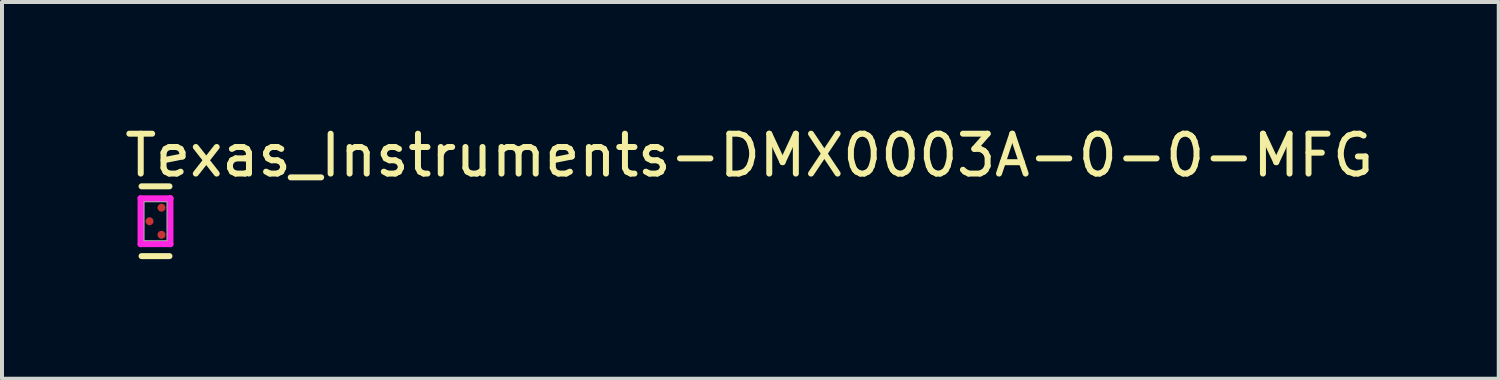
<source format=kicad_pcb>
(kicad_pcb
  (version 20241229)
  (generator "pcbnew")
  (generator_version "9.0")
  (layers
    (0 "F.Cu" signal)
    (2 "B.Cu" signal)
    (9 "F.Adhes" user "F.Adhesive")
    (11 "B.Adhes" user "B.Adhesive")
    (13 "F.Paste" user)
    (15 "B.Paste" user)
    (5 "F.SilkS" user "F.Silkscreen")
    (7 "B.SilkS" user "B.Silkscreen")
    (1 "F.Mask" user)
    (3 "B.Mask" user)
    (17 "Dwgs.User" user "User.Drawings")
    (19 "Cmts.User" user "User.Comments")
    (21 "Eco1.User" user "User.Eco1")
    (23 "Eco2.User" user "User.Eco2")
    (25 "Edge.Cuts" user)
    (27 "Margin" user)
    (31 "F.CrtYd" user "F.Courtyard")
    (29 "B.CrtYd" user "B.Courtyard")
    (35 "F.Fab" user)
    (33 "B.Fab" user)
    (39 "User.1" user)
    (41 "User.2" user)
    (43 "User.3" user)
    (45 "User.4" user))
  (footprint "Texas_Instruments-DMX0003A-0-0-MFG"
    (layer "F.Cu")
    (at 0.85 2.498)
    (property "Reference" "Texas_Instruments-DMX0003A-0-0-MFG" (at -0.85 -1.65 0) (layer "F.SilkS") (effects (font (size 1 1) (thickness 0.15)) (justify left)))
    (attr through_hole)
    (fp_line (start -0.35 -0.875) (end 0.35 -0.875) (stroke (width 0.15) (type solid)) (layer "F.SilkS"))
    (fp_line (start -0.35 0.875) (end 0.35 0.875) (stroke (width 0.15) (type solid)) (layer "F.SilkS"))
    (fp_line (start -0.375 -0.575) (end -0.375 0.575) (stroke (width 0.15) (type solid)) (layer "F.CrtYd"))
    (fp_line (start -0.375 0.575) (end 0.375 0.575) (stroke (width 0.15) (type solid)) (layer "F.CrtYd"))
    (fp_line (start 0.375 -0.575) (end -0.375 -0.575) (stroke (width 0.15) (type solid)) (layer "F.CrtYd"))
    (fp_line (start 0.375 -0.575) (end 0.375 -0.575) (stroke (width 0.15) (type solid)) (layer "F.CrtYd"))
    (fp_line (start 0.375 0.575) (end 0.375 -0.575) (stroke (width 0.15) (type solid)) (layer "F.CrtYd"))
    (fp_line (start -0.35 -0.55) (end 0.35 -0.55) (stroke (width 0.15) (type solid)) (layer "F.Fab"))
    (fp_line (start -0.35 0.55) (end -0.35 -0.55) (stroke (width 0.15) (type solid)) (layer "F.Fab"))
    (fp_line (start 0.35 -0.55) (end 0.35 0.55) (stroke (width 0.15) (type solid)) (layer "F.Fab"))
    (fp_line (start 0.35 0.55) (end -0.35 0.55) (stroke (width 0.15) (type solid)) (layer "F.Fab"))
    (pad "" smd roundrect (at -0.15 0) (size 0.21 0.21) (layers "F.Paste") (roundrect_rratio 0.476))
    (pad "" smd roundrect (at -0.15 0) (size 0.3 0.3) (layers "F.Mask") (roundrect_rratio 0.5))
    (pad "" smd roundrect (at 0.15 -0.34) (size 0.21 0.21) (layers "F.Paste") (roundrect_rratio 0.476))
    (pad "" smd roundrect (at 0.15 -0.34) (size 0.3 0.3) (layers "F.Mask") (roundrect_rratio 0.5))
    (pad "" smd roundrect (at 0.15 0.34) (size 0.21 0.21) (layers "F.Paste") (roundrect_rratio 0.476))
    (pad "" smd roundrect (at 0.15 0.34) (size 0.3 0.3) (layers "F.Mask") (roundrect_rratio 0.5))
    (pad "1" smd roundrect (at -0.15 0) (size 0.2 0.2) (layers "F.Cu") (roundrect_rratio 0.5))
    (pad "2" smd roundrect (at 0.15 0.34) (size 0.2 0.2) (layers "F.Cu") (roundrect_rratio 0.5))
    (pad "3" smd roundrect (at 0.15 -0.34) (size 0.2 0.2) (layers "F.Cu") (roundrect_rratio 0.5)))
  (gr_rect
    (start -3 -3)
    (end 34.536 6.448)
    (stroke (width 0.1) (type default))
    (fill no)
    (layer "Edge.Cuts")))
</source>
